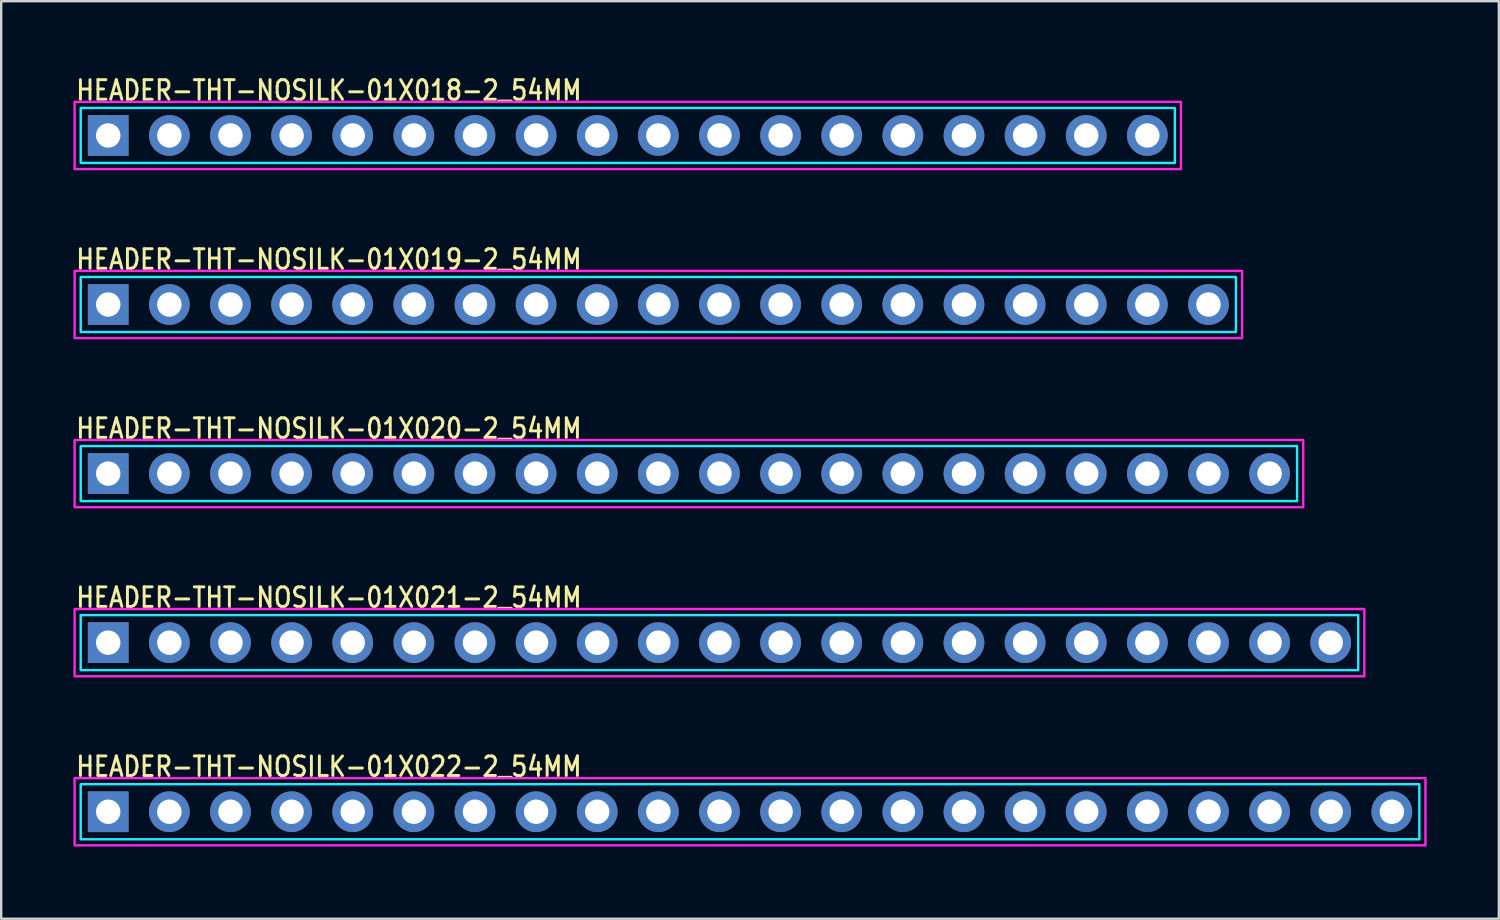
<source format=kicad_pcb>
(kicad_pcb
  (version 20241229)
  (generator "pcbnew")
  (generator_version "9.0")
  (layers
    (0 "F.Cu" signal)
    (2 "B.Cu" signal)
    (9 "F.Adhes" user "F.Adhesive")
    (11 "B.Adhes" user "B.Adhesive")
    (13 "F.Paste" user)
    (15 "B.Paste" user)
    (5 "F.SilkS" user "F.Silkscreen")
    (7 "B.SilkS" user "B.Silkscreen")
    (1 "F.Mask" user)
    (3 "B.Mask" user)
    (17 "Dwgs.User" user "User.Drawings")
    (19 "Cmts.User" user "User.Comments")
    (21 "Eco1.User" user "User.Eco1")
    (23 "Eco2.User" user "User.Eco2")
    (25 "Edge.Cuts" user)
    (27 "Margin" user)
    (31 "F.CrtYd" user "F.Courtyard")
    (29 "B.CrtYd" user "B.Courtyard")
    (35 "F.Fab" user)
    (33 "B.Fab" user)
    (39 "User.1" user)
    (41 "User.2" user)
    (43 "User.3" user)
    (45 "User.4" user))
  (footprint "HEADER-THT-NOSILK-01X018-2_54MM"
    (layer "F.Cu")
    (at 1.447 2.579)
    (property "Reference" "HEADER-THT-NOSILK-01X018-2_54MM" (at -1.4 -1.4 0) (unlocked yes) (layer "F.SilkS") (effects (font (size 0.813 0.695) (thickness 0.122)) (justify left bottom)))
    (fp_poly (pts (xy -1.143 -1.143) (xy 44.323 -1.143) (xy 44.323 1.143) (xy -1.143 1.143)) (stroke (width 0.1) (type solid)) (fill no) (layer "B.CrtYd"))
    (fp_poly (pts (xy -1.397 -1.397) (xy 44.577 -1.397) (xy 44.577 1.397) (xy -1.397 1.397)) (stroke (width 0.1) (type solid)) (fill no) (layer "F.CrtYd"))
    (pad "P$1" thru_hole rect (at 0 0) (size 1.693 1.693) (drill 1.016) (layers "*.Cu" "*.Mask"))
    (pad "P$2" thru_hole oval (at 2.54 0) (size 1.693 1.693) (drill 1.016) (layers "*.Cu" "*.Mask"))
    (pad "P$3" thru_hole oval (at 5.08 0) (size 1.693 1.693) (drill 1.016) (layers "*.Cu" "*.Mask"))
    (pad "P$4" thru_hole oval (at 7.62 0) (size 1.693 1.693) (drill 1.016) (layers "*.Cu" "*.Mask"))
    (pad "P$5" thru_hole oval (at 10.16 0) (size 1.693 1.693) (drill 1.016) (layers "*.Cu" "*.Mask"))
    (pad "P$6" thru_hole oval (at 12.7 0) (size 1.693 1.693) (drill 1.016) (layers "*.Cu" "*.Mask"))
    (pad "P$7" thru_hole oval (at 15.24 0) (size 1.693 1.693) (drill 1.016) (layers "*.Cu" "*.Mask"))
    (pad "P$8" thru_hole oval (at 17.78 0) (size 1.693 1.693) (drill 1.016) (layers "*.Cu" "*.Mask"))
    (pad "P$9" thru_hole oval (at 20.32 0) (size 1.693 1.693) (drill 1.016) (layers "*.Cu" "*.Mask"))
    (pad "P$10" thru_hole oval (at 22.86 0) (size 1.693 1.693) (drill 1.016) (layers "*.Cu" "*.Mask"))
    (pad "P$11" thru_hole oval (at 25.4 0) (size 1.693 1.693) (drill 1.016) (layers "*.Cu" "*.Mask"))
    (pad "P$12" thru_hole oval (at 27.94 0) (size 1.693 1.693) (drill 1.016) (layers "*.Cu" "*.Mask"))
    (pad "P$13" thru_hole oval (at 30.48 0) (size 1.693 1.693) (drill 1.016) (layers "*.Cu" "*.Mask"))
    (pad "P$14" thru_hole oval (at 33.02 0) (size 1.693 1.693) (drill 1.016) (layers "*.Cu" "*.Mask"))
    (pad "P$15" thru_hole oval (at 35.56 0) (size 1.693 1.693) (drill 1.016) (layers "*.Cu" "*.Mask"))
    (pad "P$16" thru_hole oval (at 38.1 0) (size 1.693 1.693) (drill 1.016) (layers "*.Cu" "*.Mask"))
    (pad "P$17" thru_hole oval (at 40.64 0) (size 1.693 1.693) (drill 1.016) (layers "*.Cu" "*.Mask"))
    (pad "P$18" thru_hole oval (at 43.18 0) (size 1.693 1.693) (drill 1.016) (layers "*.Cu" "*.Mask")))
  (footprint "HEADER-THT-NOSILK-01X020-2_54MM"
    (layer "F.Cu")
    (at 1.447 16.63)
    (property "Reference" "HEADER-THT-NOSILK-01X020-2_54MM" (at -1.4 -1.4 0) (unlocked yes) (layer "F.SilkS") (effects (font (size 0.813 0.695) (thickness 0.122)) (justify left bottom)))
    (fp_poly (pts (xy -1.143 -1.143) (xy 49.403 -1.143) (xy 49.403 1.143) (xy -1.143 1.143)) (stroke (width 0.1) (type solid)) (fill no) (layer "B.CrtYd"))
    (fp_poly (pts (xy -1.397 -1.397) (xy 49.657 -1.397) (xy 49.657 1.397) (xy -1.397 1.397)) (stroke (width 0.1) (type solid)) (fill no) (layer "F.CrtYd"))
    (pad "P$1" thru_hole rect (at 0 0) (size 1.693 1.693) (drill 1.016) (layers "*.Cu" "*.Mask"))
    (pad "P$2" thru_hole oval (at 2.54 0) (size 1.693 1.693) (drill 1.016) (layers "*.Cu" "*.Mask"))
    (pad "P$3" thru_hole oval (at 5.08 0) (size 1.693 1.693) (drill 1.016) (layers "*.Cu" "*.Mask"))
    (pad "P$4" thru_hole oval (at 7.62 0) (size 1.693 1.693) (drill 1.016) (layers "*.Cu" "*.Mask"))
    (pad "P$5" thru_hole oval (at 10.16 0) (size 1.693 1.693) (drill 1.016) (layers "*.Cu" "*.Mask"))
    (pad "P$6" thru_hole oval (at 12.7 0) (size 1.693 1.693) (drill 1.016) (layers "*.Cu" "*.Mask"))
    (pad "P$7" thru_hole oval (at 15.24 0) (size 1.693 1.693) (drill 1.016) (layers "*.Cu" "*.Mask"))
    (pad "P$8" thru_hole oval (at 17.78 0) (size 1.693 1.693) (drill 1.016) (layers "*.Cu" "*.Mask"))
    (pad "P$9" thru_hole oval (at 20.32 0) (size 1.693 1.693) (drill 1.016) (layers "*.Cu" "*.Mask"))
    (pad "P$10" thru_hole oval (at 22.86 0) (size 1.693 1.693) (drill 1.016) (layers "*.Cu" "*.Mask"))
    (pad "P$11" thru_hole oval (at 25.4 0) (size 1.693 1.693) (drill 1.016) (layers "*.Cu" "*.Mask"))
    (pad "P$12" thru_hole oval (at 27.94 0) (size 1.693 1.693) (drill 1.016) (layers "*.Cu" "*.Mask"))
    (pad "P$13" thru_hole oval (at 30.48 0) (size 1.693 1.693) (drill 1.016) (layers "*.Cu" "*.Mask"))
    (pad "P$14" thru_hole oval (at 33.02 0) (size 1.693 1.693) (drill 1.016) (layers "*.Cu" "*.Mask"))
    (pad "P$15" thru_hole oval (at 35.56 0) (size 1.693 1.693) (drill 1.016) (layers "*.Cu" "*.Mask"))
    (pad "P$16" thru_hole oval (at 38.1 0) (size 1.693 1.693) (drill 1.016) (layers "*.Cu" "*.Mask"))
    (pad "P$17" thru_hole oval (at 40.64 0) (size 1.693 1.693) (drill 1.016) (layers "*.Cu" "*.Mask"))
    (pad "P$18" thru_hole oval (at 43.18 0) (size 1.693 1.693) (drill 1.016) (layers "*.Cu" "*.Mask"))
    (pad "P$19" thru_hole oval (at 45.72 0) (size 1.693 1.693) (drill 1.016) (layers "*.Cu" "*.Mask"))
    (pad "P$20" thru_hole oval (at 48.26 0) (size 1.693 1.693) (drill 1.016) (layers "*.Cu" "*.Mask")))
  (footprint "HEADER-THT-NOSILK-01X022-2_54MM"
    (layer "F.Cu")
    (at 1.447 30.681)
    (property "Reference" "HEADER-THT-NOSILK-01X022-2_54MM" (at -1.4 -1.4 0) (unlocked yes) (layer "F.SilkS") (effects (font (size 0.813 0.695) (thickness 0.122)) (justify left bottom)))
    (fp_poly (pts (xy -1.143 -1.143) (xy 54.483 -1.143) (xy 54.483 1.143) (xy -1.143 1.143)) (stroke (width 0.1) (type solid)) (fill no) (layer "B.CrtYd"))
    (fp_poly (pts (xy -1.397 -1.397) (xy 54.737 -1.397) (xy 54.737 1.397) (xy -1.397 1.397)) (stroke (width 0.1) (type solid)) (fill no) (layer "F.CrtYd"))
    (pad "P$1" thru_hole rect (at 0 0) (size 1.693 1.693) (drill 1.016) (layers "*.Cu" "*.Mask"))
    (pad "P$2" thru_hole oval (at 2.54 0) (size 1.693 1.693) (drill 1.016) (layers "*.Cu" "*.Mask"))
    (pad "P$3" thru_hole oval (at 5.08 0) (size 1.693 1.693) (drill 1.016) (layers "*.Cu" "*.Mask"))
    (pad "P$4" thru_hole oval (at 7.62 0) (size 1.693 1.693) (drill 1.016) (layers "*.Cu" "*.Mask"))
    (pad "P$5" thru_hole oval (at 10.16 0) (size 1.693 1.693) (drill 1.016) (layers "*.Cu" "*.Mask"))
    (pad "P$6" thru_hole oval (at 12.7 0) (size 1.693 1.693) (drill 1.016) (layers "*.Cu" "*.Mask"))
    (pad "P$7" thru_hole oval (at 15.24 0) (size 1.693 1.693) (drill 1.016) (layers "*.Cu" "*.Mask"))
    (pad "P$8" thru_hole oval (at 17.78 0) (size 1.693 1.693) (drill 1.016) (layers "*.Cu" "*.Mask"))
    (pad "P$9" thru_hole oval (at 20.32 0) (size 1.693 1.693) (drill 1.016) (layers "*.Cu" "*.Mask"))
    (pad "P$10" thru_hole oval (at 22.86 0) (size 1.693 1.693) (drill 1.016) (layers "*.Cu" "*.Mask"))
    (pad "P$11" thru_hole oval (at 25.4 0) (size 1.693 1.693) (drill 1.016) (layers "*.Cu" "*.Mask"))
    (pad "P$12" thru_hole oval (at 27.94 0) (size 1.693 1.693) (drill 1.016) (layers "*.Cu" "*.Mask"))
    (pad "P$13" thru_hole oval (at 30.48 0) (size 1.693 1.693) (drill 1.016) (layers "*.Cu" "*.Mask"))
    (pad "P$14" thru_hole oval (at 33.02 0) (size 1.693 1.693) (drill 1.016) (layers "*.Cu" "*.Mask"))
    (pad "P$15" thru_hole oval (at 35.56 0) (size 1.693 1.693) (drill 1.016) (layers "*.Cu" "*.Mask"))
    (pad "P$16" thru_hole oval (at 38.1 0) (size 1.693 1.693) (drill 1.016) (layers "*.Cu" "*.Mask"))
    (pad "P$17" thru_hole oval (at 40.64 0) (size 1.693 1.693) (drill 1.016) (layers "*.Cu" "*.Mask"))
    (pad "P$18" thru_hole oval (at 43.18 0) (size 1.693 1.693) (drill 1.016) (layers "*.Cu" "*.Mask"))
    (pad "P$19" thru_hole oval (at 45.72 0) (size 1.693 1.693) (drill 1.016) (layers "*.Cu" "*.Mask"))
    (pad "P$20" thru_hole oval (at 48.26 0) (size 1.693 1.693) (drill 1.016) (layers "*.Cu" "*.Mask"))
    (pad "P$21" thru_hole oval (at 50.8 0) (size 1.693 1.693) (drill 1.016) (layers "*.Cu" "*.Mask"))
    (pad "P$22" thru_hole oval (at 53.34 0) (size 1.693 1.693) (drill 1.016) (layers "*.Cu" "*.Mask")))
  (footprint "HEADER-THT-NOSILK-01X019-2_54MM"
    (layer "F.Cu")
    (at 1.447 9.604)
    (property "Reference" "HEADER-THT-NOSILK-01X019-2_54MM" (at -1.4 -1.4 0) (unlocked yes) (layer "F.SilkS") (effects (font (size 0.813 0.695) (thickness 0.122)) (justify left bottom)))
    (fp_poly (pts (xy -1.143 -1.143) (xy 46.863 -1.143) (xy 46.863 1.143) (xy -1.143 1.143)) (stroke (width 0.1) (type solid)) (fill no) (layer "B.CrtYd"))
    (fp_poly (pts (xy -1.397 -1.397) (xy 47.117 -1.397) (xy 47.117 1.397) (xy -1.397 1.397)) (stroke (width 0.1) (type solid)) (fill no) (layer "F.CrtYd"))
    (pad "P$1" thru_hole rect (at 0 0) (size 1.693 1.693) (drill 1.016) (layers "*.Cu" "*.Mask"))
    (pad "P$2" thru_hole oval (at 2.54 0) (size 1.693 1.693) (drill 1.016) (layers "*.Cu" "*.Mask"))
    (pad "P$3" thru_hole oval (at 5.08 0) (size 1.693 1.693) (drill 1.016) (layers "*.Cu" "*.Mask"))
    (pad "P$4" thru_hole oval (at 7.62 0) (size 1.693 1.693) (drill 1.016) (layers "*.Cu" "*.Mask"))
    (pad "P$5" thru_hole oval (at 10.16 0) (size 1.693 1.693) (drill 1.016) (layers "*.Cu" "*.Mask"))
    (pad "P$6" thru_hole oval (at 12.7 0) (size 1.693 1.693) (drill 1.016) (layers "*.Cu" "*.Mask"))
    (pad "P$7" thru_hole oval (at 15.24 0) (size 1.693 1.693) (drill 1.016) (layers "*.Cu" "*.Mask"))
    (pad "P$8" thru_hole oval (at 17.78 0) (size 1.693 1.693) (drill 1.016) (layers "*.Cu" "*.Mask"))
    (pad "P$9" thru_hole oval (at 20.32 0) (size 1.693 1.693) (drill 1.016) (layers "*.Cu" "*.Mask"))
    (pad "P$10" thru_hole oval (at 22.86 0) (size 1.693 1.693) (drill 1.016) (layers "*.Cu" "*.Mask"))
    (pad "P$11" thru_hole oval (at 25.4 0) (size 1.693 1.693) (drill 1.016) (layers "*.Cu" "*.Mask"))
    (pad "P$12" thru_hole oval (at 27.94 0) (size 1.693 1.693) (drill 1.016) (layers "*.Cu" "*.Mask"))
    (pad "P$13" thru_hole oval (at 30.48 0) (size 1.693 1.693) (drill 1.016) (layers "*.Cu" "*.Mask"))
    (pad "P$14" thru_hole oval (at 33.02 0) (size 1.693 1.693) (drill 1.016) (layers "*.Cu" "*.Mask"))
    (pad "P$15" thru_hole oval (at 35.56 0) (size 1.693 1.693) (drill 1.016) (layers "*.Cu" "*.Mask"))
    (pad "P$16" thru_hole oval (at 38.1 0) (size 1.693 1.693) (drill 1.016) (layers "*.Cu" "*.Mask"))
    (pad "P$17" thru_hole oval (at 40.64 0) (size 1.693 1.693) (drill 1.016) (layers "*.Cu" "*.Mask"))
    (pad "P$18" thru_hole oval (at 43.18 0) (size 1.693 1.693) (drill 1.016) (layers "*.Cu" "*.Mask"))
    (pad "P$19" thru_hole oval (at 45.72 0) (size 1.693 1.693) (drill 1.016) (layers "*.Cu" "*.Mask")))
  (footprint "HEADER-THT-NOSILK-01X021-2_54MM"
    (layer "F.Cu")
    (at 1.447 23.655)
    (property "Reference" "HEADER-THT-NOSILK-01X021-2_54MM" (at -1.4 -1.4 0) (unlocked yes) (layer "F.SilkS") (effects (font (size 0.813 0.695) (thickness 0.122)) (justify left bottom)))
    (fp_poly (pts (xy -1.143 -1.143) (xy 51.943 -1.143) (xy 51.943 1.143) (xy -1.143 1.143)) (stroke (width 0.1) (type solid)) (fill no) (layer "B.CrtYd"))
    (fp_poly (pts (xy -1.397 -1.397) (xy 52.197 -1.397) (xy 52.197 1.397) (xy -1.397 1.397)) (stroke (width 0.1) (type solid)) (fill no) (layer "F.CrtYd"))
    (pad "P$1" thru_hole rect (at 0 0) (size 1.693 1.693) (drill 1.016) (layers "*.Cu" "*.Mask"))
    (pad "P$2" thru_hole oval (at 2.54 0) (size 1.693 1.693) (drill 1.016) (layers "*.Cu" "*.Mask"))
    (pad "P$3" thru_hole oval (at 5.08 0) (size 1.693 1.693) (drill 1.016) (layers "*.Cu" "*.Mask"))
    (pad "P$4" thru_hole oval (at 7.62 0) (size 1.693 1.693) (drill 1.016) (layers "*.Cu" "*.Mask"))
    (pad "P$5" thru_hole oval (at 10.16 0) (size 1.693 1.693) (drill 1.016) (layers "*.Cu" "*.Mask"))
    (pad "P$6" thru_hole oval (at 12.7 0) (size 1.693 1.693) (drill 1.016) (layers "*.Cu" "*.Mask"))
    (pad "P$7" thru_hole oval (at 15.24 0) (size 1.693 1.693) (drill 1.016) (layers "*.Cu" "*.Mask"))
    (pad "P$8" thru_hole oval (at 17.78 0) (size 1.693 1.693) (drill 1.016) (layers "*.Cu" "*.Mask"))
    (pad "P$9" thru_hole oval (at 20.32 0) (size 1.693 1.693) (drill 1.016) (layers "*.Cu" "*.Mask"))
    (pad "P$10" thru_hole oval (at 22.86 0) (size 1.693 1.693) (drill 1.016) (layers "*.Cu" "*.Mask"))
    (pad "P$11" thru_hole oval (at 25.4 0) (size 1.693 1.693) (drill 1.016) (layers "*.Cu" "*.Mask"))
    (pad "P$12" thru_hole oval (at 27.94 0) (size 1.693 1.693) (drill 1.016) (layers "*.Cu" "*.Mask"))
    (pad "P$13" thru_hole oval (at 30.48 0) (size 1.693 1.693) (drill 1.016) (layers "*.Cu" "*.Mask"))
    (pad "P$14" thru_hole oval (at 33.02 0) (size 1.693 1.693) (drill 1.016) (layers "*.Cu" "*.Mask"))
    (pad "P$15" thru_hole oval (at 35.56 0) (size 1.693 1.693) (drill 1.016) (layers "*.Cu" "*.Mask"))
    (pad "P$16" thru_hole oval (at 38.1 0) (size 1.693 1.693) (drill 1.016) (layers "*.Cu" "*.Mask"))
    (pad "P$17" thru_hole oval (at 40.64 0) (size 1.693 1.693) (drill 1.016) (layers "*.Cu" "*.Mask"))
    (pad "P$18" thru_hole oval (at 43.18 0) (size 1.693 1.693) (drill 1.016) (layers "*.Cu" "*.Mask"))
    (pad "P$19" thru_hole oval (at 45.72 0) (size 1.693 1.693) (drill 1.016) (layers "*.Cu" "*.Mask"))
    (pad "P$20" thru_hole oval (at 48.26 0) (size 1.693 1.693) (drill 1.016) (layers "*.Cu" "*.Mask"))
    (pad "P$21" thru_hole oval (at 50.8 0) (size 1.693 1.693) (drill 1.016) (layers "*.Cu" "*.Mask")))
  (gr_rect
    (start -3 -3)
    (end 59.234 35.128)
    (stroke (width 0.1) (type default))
    (fill no)
    (layer "Edge.Cuts")))
</source>
